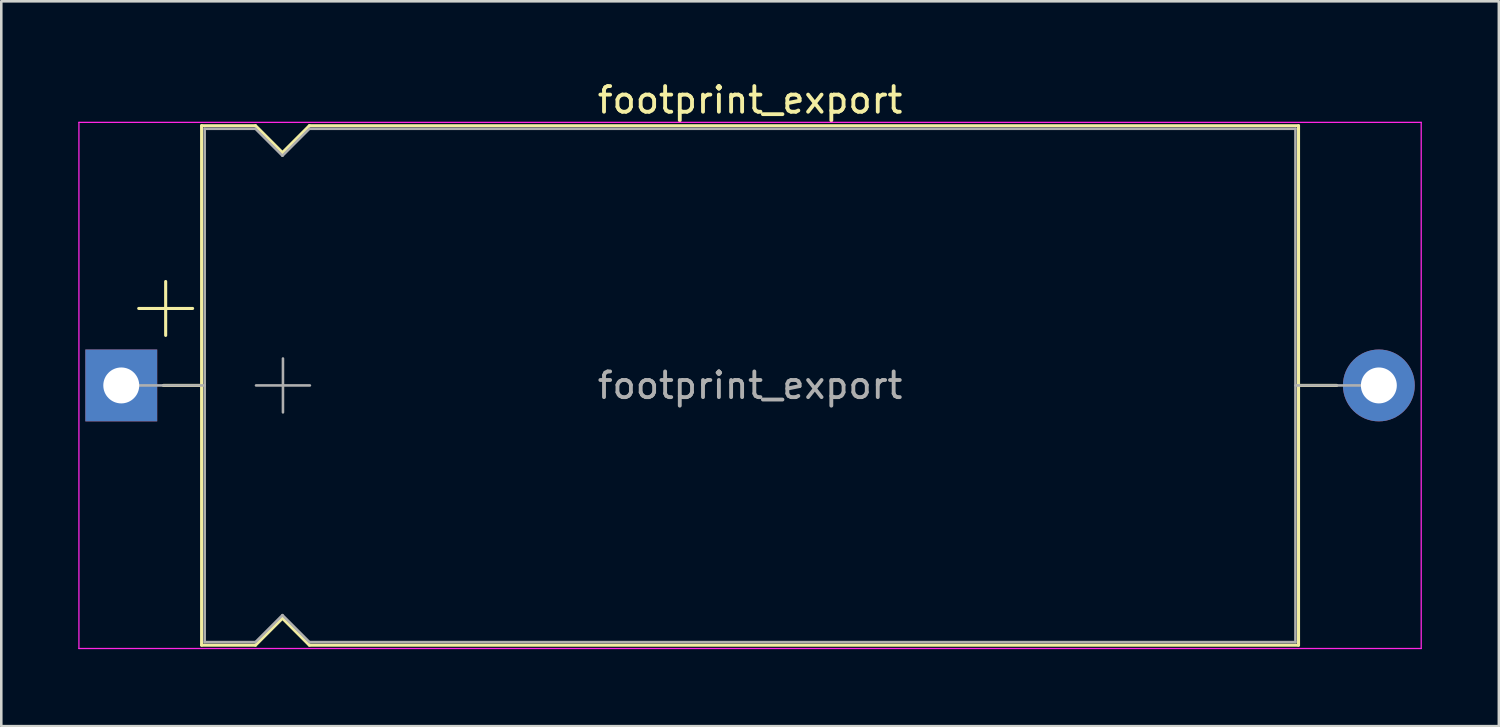
<source format=kicad_pcb>
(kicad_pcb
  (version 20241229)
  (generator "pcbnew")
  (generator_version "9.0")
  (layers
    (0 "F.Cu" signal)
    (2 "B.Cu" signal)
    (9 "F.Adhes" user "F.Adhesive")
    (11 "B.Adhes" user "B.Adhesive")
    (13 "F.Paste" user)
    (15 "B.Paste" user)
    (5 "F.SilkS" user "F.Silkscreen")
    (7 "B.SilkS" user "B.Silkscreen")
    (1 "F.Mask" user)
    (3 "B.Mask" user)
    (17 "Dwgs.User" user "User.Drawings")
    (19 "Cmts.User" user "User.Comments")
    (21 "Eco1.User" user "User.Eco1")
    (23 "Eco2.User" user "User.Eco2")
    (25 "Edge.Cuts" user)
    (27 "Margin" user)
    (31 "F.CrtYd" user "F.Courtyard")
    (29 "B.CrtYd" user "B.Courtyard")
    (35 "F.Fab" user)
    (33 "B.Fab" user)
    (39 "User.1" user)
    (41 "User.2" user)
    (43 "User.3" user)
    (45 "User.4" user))
  (footprint "footprint_export"
    (layer "F.Cu")
    (at 1.675 11.968)
    (property "Reference" "footprint_export" (at 24.5 -11.12 0) (layer "F.SilkS") (effects (font (size 1 1) (thickness 0.15))))
    (attr through_hole)
    (fp_line (start 0.68 -3) (end 2.78 -3) (stroke (width 0.12) (type solid)) (layer "F.SilkS"))
    (fp_line (start 1.64 0) (end 3.13 0) (stroke (width 0.12) (type solid)) (layer "F.SilkS"))
    (fp_line (start 1.73 -4.05) (end 1.73 -1.95) (stroke (width 0.12) (type solid)) (layer "F.SilkS"))
    (fp_line (start 3.13 -10.12) (end 3.13 10.12) (stroke (width 0.12) (type solid)) (layer "F.SilkS"))
    (fp_line (start 3.13 -10.12) (end 5.23 -10.12) (stroke (width 0.12) (type solid)) (layer "F.SilkS"))
    (fp_line (start 3.13 10.12) (end 5.23 10.12) (stroke (width 0.12) (type solid)) (layer "F.SilkS"))
    (fp_line (start 5.23 -10.12) (end 6.28 -9.07) (stroke (width 0.12) (type solid)) (layer "F.SilkS"))
    (fp_line (start 5.23 10.12) (end 6.28 9.07) (stroke (width 0.12) (type solid)) (layer "F.SilkS"))
    (fp_line (start 6.28 -9.07) (end 7.33 -10.12) (stroke (width 0.12) (type solid)) (layer "F.SilkS"))
    (fp_line (start 6.28 9.07) (end 7.33 10.12) (stroke (width 0.12) (type solid)) (layer "F.SilkS"))
    (fp_line (start 7.33 -10.12) (end 45.87 -10.12) (stroke (width 0.12) (type solid)) (layer "F.SilkS"))
    (fp_line (start 7.33 10.12) (end 45.87 10.12) (stroke (width 0.12) (type solid)) (layer "F.SilkS"))
    (fp_line (start 45.87 -10.12) (end 45.87 10.12) (stroke (width 0.12) (type solid)) (layer "F.SilkS"))
    (fp_line (start 47.36 0) (end 45.87 0) (stroke (width 0.12) (type solid)) (layer "F.SilkS"))
    (fp_line (start -1.65 -10.25) (end -1.65 10.25) (stroke (width 0.05) (type solid)) (layer "F.CrtYd"))
    (fp_line (start -1.65 10.25) (end 50.65 10.25) (stroke (width 0.05) (type solid)) (layer "F.CrtYd"))
    (fp_line (start 50.65 -10.25) (end -1.65 -10.25) (stroke (width 0.05) (type solid)) (layer "F.CrtYd"))
    (fp_line (start 50.65 10.25) (end 50.65 -10.25) (stroke (width 0.05) (type solid)) (layer "F.CrtYd"))
    (fp_line (start 0 0) (end 3.25 0) (stroke (width 0.1) (type solid)) (layer "F.Fab"))
    (fp_line (start 3.25 -10) (end 3.25 10) (stroke (width 0.1) (type solid)) (layer "F.Fab"))
    (fp_line (start 3.25 -10) (end 5.23 -10) (stroke (width 0.1) (type solid)) (layer "F.Fab"))
    (fp_line (start 3.25 10) (end 5.23 10) (stroke (width 0.1) (type solid)) (layer "F.Fab"))
    (fp_line (start 5.23 -10) (end 6.28 -8.95) (stroke (width 0.1) (type solid)) (layer "F.Fab"))
    (fp_line (start 5.23 10) (end 6.28 8.95) (stroke (width 0.1) (type solid)) (layer "F.Fab"))
    (fp_line (start 5.25 0) (end 7.35 0) (stroke (width 0.1) (type solid)) (layer "F.Fab"))
    (fp_line (start 6.28 -8.95) (end 7.33 -10) (stroke (width 0.1) (type solid)) (layer "F.Fab"))
    (fp_line (start 6.28 8.95) (end 7.33 10) (stroke (width 0.1) (type solid)) (layer "F.Fab"))
    (fp_line (start 6.3 -1.05) (end 6.3 1.05) (stroke (width 0.1) (type solid)) (layer "F.Fab"))
    (fp_line (start 7.33 -10) (end 45.75 -10) (stroke (width 0.1) (type solid)) (layer "F.Fab"))
    (fp_line (start 7.33 10) (end 45.75 10) (stroke (width 0.1) (type solid)) (layer "F.Fab"))
    (fp_line (start 45.75 -10) (end 45.75 10) (stroke (width 0.1) (type solid)) (layer "F.Fab"))
    (fp_line (start 49 0) (end 45.75 0) (stroke (width 0.1) (type solid)) (layer "F.Fab"))
    (fp_text user "${REFERENCE}" (at 24.5 0 0) (layer "F.Fab") (effects (font (size 1 1) (thickness 0.15))))
    (pad "1" thru_hole rect (at 0 0) (size 2.8 2.8) (drill 1.4) (layers "*.Cu" "*.Mask"))
    (pad "2" thru_hole oval (at 49 0) (size 2.8 2.8) (drill 1.4) (layers "*.Cu" "*.Mask")))
  (gr_rect
    (start -3 -3)
    (end 55.35 25.243)
    (stroke (width 0.1) (type default))
    (fill no)
    (layer "Edge.Cuts")))
</source>
